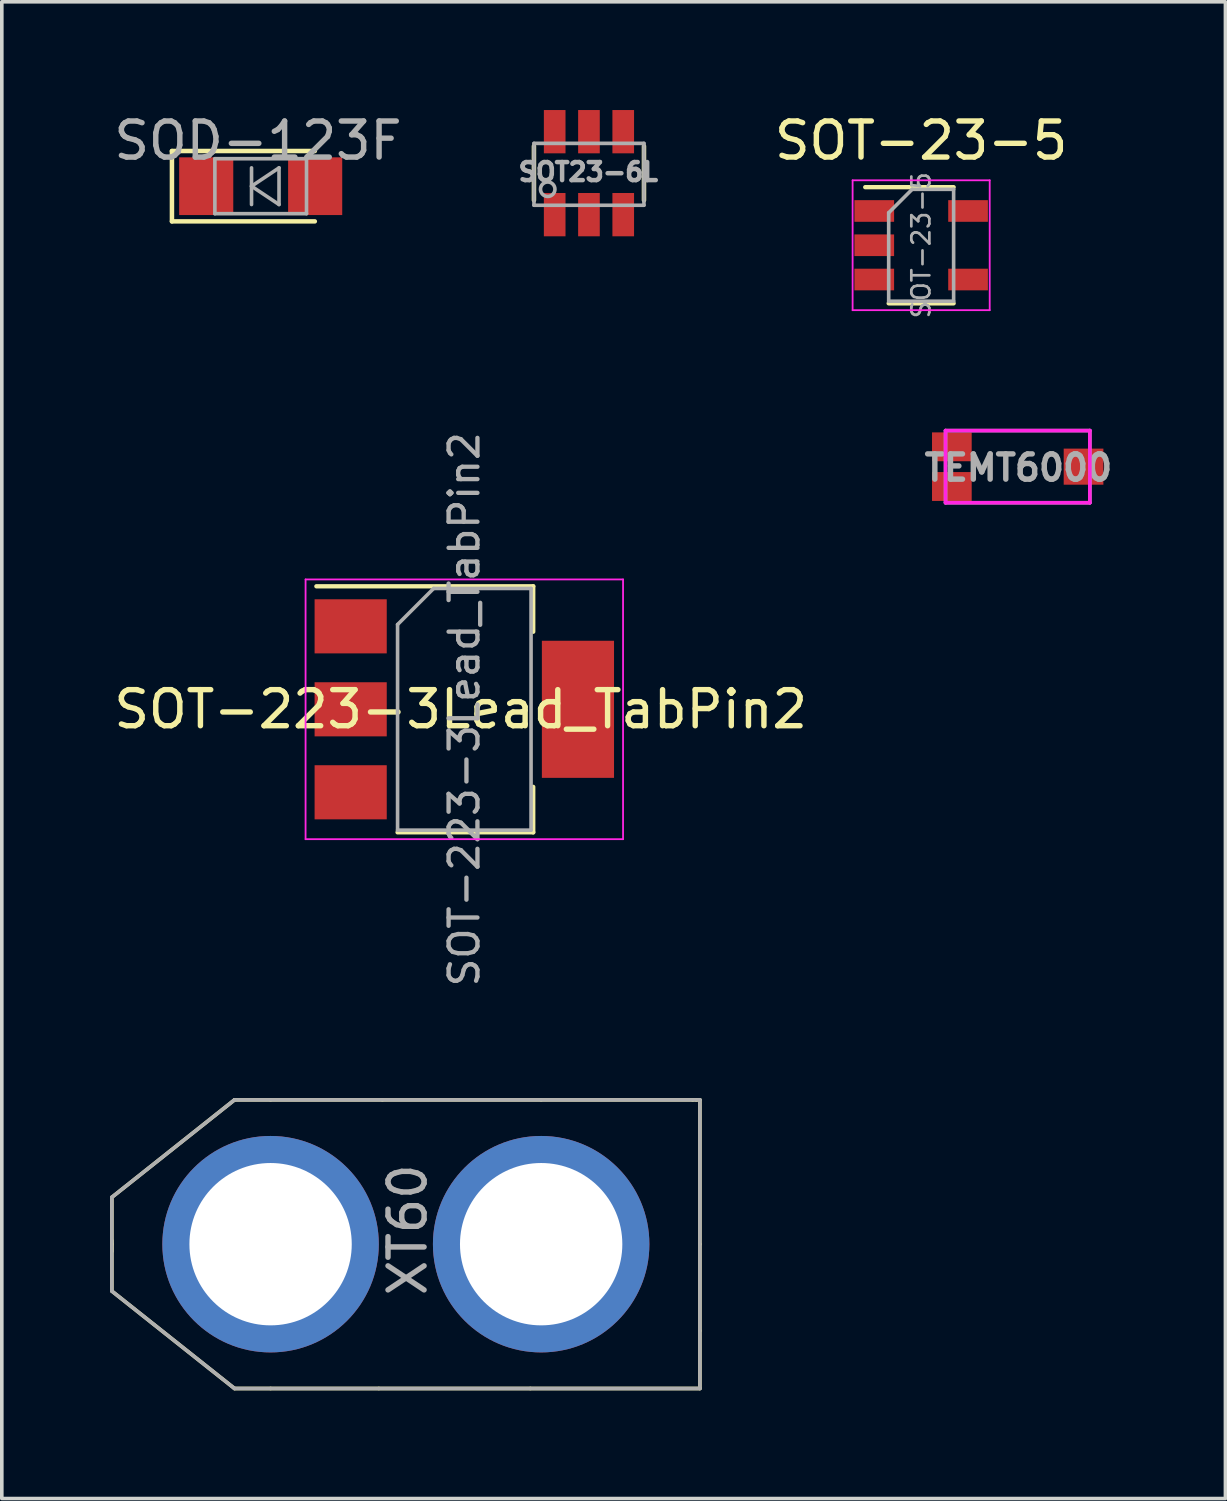
<source format=kicad_pcb>
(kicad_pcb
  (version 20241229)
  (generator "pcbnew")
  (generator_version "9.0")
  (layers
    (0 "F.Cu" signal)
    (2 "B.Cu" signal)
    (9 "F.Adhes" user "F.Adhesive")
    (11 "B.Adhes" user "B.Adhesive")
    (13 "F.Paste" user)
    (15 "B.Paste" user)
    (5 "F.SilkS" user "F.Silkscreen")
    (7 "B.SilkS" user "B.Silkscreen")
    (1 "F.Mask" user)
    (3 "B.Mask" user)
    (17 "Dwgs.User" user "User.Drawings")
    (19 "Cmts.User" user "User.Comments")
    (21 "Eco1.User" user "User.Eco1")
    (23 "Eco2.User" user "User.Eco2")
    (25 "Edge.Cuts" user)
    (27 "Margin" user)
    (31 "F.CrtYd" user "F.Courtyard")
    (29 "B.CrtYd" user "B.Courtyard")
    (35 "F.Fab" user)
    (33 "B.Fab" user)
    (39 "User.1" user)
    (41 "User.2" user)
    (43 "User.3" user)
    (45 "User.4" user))
  (footprint "SOD-123F"
    (layer "F.Cu")
    (at 4.176 2.111)
    (property "Reference" "SOD-123F" (at -0.075 -1.262 0) (layer "F.Fab") (effects (font (size 1 1) (thickness 0.15))))
    (attr through_hole)
    (fp_line (start -2.46 -0.975) (end -2.46 0.975) (stroke (width 0.125) (type solid)) (layer "F.SilkS"))
    (fp_line (start -2.46 -0.975) (end 1.5 -0.975) (stroke (width 0.125) (type solid)) (layer "F.SilkS"))
    (fp_line (start 1.5 0.975) (end -2.46 0.975) (stroke (width 0.125) (type solid)) (layer "F.SilkS"))
    (fp_line (start -1.27 -0.762) (end 1.27 -0.762) (stroke (width 0.1) (type solid)) (layer "F.Fab"))
    (fp_line (start -1.27 0.762) (end -1.27 -0.762) (stroke (width 0.1) (type solid)) (layer "F.Fab"))
    (fp_line (start -0.254 -0.508) (end -0.254 0.508) (stroke (width 0.1) (type solid)) (layer "F.Fab"))
    (fp_line (start -0.254 0) (end 0.508 -0.508) (stroke (width 0.1) (type solid)) (layer "F.Fab"))
    (fp_line (start 0.508 -0.508) (end 0.508 0.508) (stroke (width 0.1) (type solid)) (layer "F.Fab"))
    (fp_line (start 0.508 0.508) (end -0.254 0) (stroke (width 0.1) (type solid)) (layer "F.Fab"))
    (fp_line (start 1.27 -0.762) (end 1.27 0.762) (stroke (width 0.1) (type solid)) (layer "F.Fab"))
    (fp_line (start 1.27 0.762) (end -1.27 0.762) (stroke (width 0.1) (type solid)) (layer "F.Fab"))
    (pad "1" smd rect (at -1.51 0) (size 1.5 1.6) (layers "F.Cu" "F.Mask" "F.Paste"))
    (pad "2" smd rect (at 1.51 0 180) (size 1.5 1.6) (layers "F.Cu" "F.Mask" "F.Paste")))
  (footprint "TEMT6000"
    (layer "F.Cu")
    (at 25.159 9.885)
    (property "Reference" "TEMT6000" (at 0.02 0.03 0) (layer "F.Fab") (effects (font (size 0.7 0.7) (thickness 0.15))))
    (attr through_hole)
    (fp_line (start -2 -1) (end 2 -1) (stroke (width 0.1) (type solid)) (layer "F.CrtYd"))
    (fp_line (start -2 1) (end -2 -1) (stroke (width 0.1) (type solid)) (layer "F.CrtYd"))
    (fp_line (start 2 -1) (end 2 1) (stroke (width 0.1) (type solid)) (layer "F.CrtYd"))
    (fp_line (start 2 1) (end -2 1) (stroke (width 0.1) (type solid)) (layer "F.CrtYd"))
    (fp_line (start -2 -1) (end 2 -1) (stroke (width 0.1) (type solid)) (layer "F.Fab"))
    (fp_line (start -2 1) (end -2 -1) (stroke (width 0.1) (type solid)) (layer "F.Fab"))
    (fp_line (start 2 -1) (end 2 1) (stroke (width 0.1) (type solid)) (layer "F.Fab"))
    (fp_line (start 2 1) (end -2 1) (stroke (width 0.1) (type solid)) (layer "F.Fab"))
    (pad "1" smd rect (at 1.825 0) (size 1.1 1) (layers "F.Cu" "F.Mask" "F.Paste"))
    (pad "2" smd rect (at -1.825 -0.55) (size 1.1 0.8) (layers "F.Cu" "F.Mask" "F.Paste"))
    (pad "2" smd rect (at -1.825 0.55) (size 1.1 0.8) (layers "F.Cu" "F.Mask" "F.Paste")))
  (footprint "XT60"
    (layer "F.Cu")
    (at 4.45 31.437)
    (property "Reference" "XT60" (at 3.8 -0.4 90) (layer "F.Fab") (effects (font (size 1 1) (thickness 0.15))))
    (attr through_hole)
    (fp_line (start -4.4 -0.1) (end -4.4 0.2) (stroke (width 0.1) (type solid)) (layer "F.SilkS"))
    (fp_line (start -4.4 0) (end -4.4 -1.25) (stroke (width 0.1) (type solid)) (layer "F.SilkS"))
    (fp_line (start -4.4 0) (end -4.4 1.25) (stroke (width 0.1) (type solid)) (layer "F.SilkS"))
    (fp_line (start -1 -4) (end -4.4 -1.3) (stroke (width 0.1) (type solid)) (layer "F.SilkS"))
    (fp_line (start -1 4) (end -4.4 1.3) (stroke (width 0.1) (type solid)) (layer "F.SilkS"))
    (fp_line (start 0 -4) (end -1 -4) (stroke (width 0.1) (type solid)) (layer "F.SilkS"))
    (fp_line (start 0 4) (end -1 4) (stroke (width 0.1) (type solid)) (layer "F.SilkS"))
    (fp_line (start 3 4) (end 0 4) (stroke (width 0.1) (type solid)) (layer "F.SilkS"))
    (fp_line (start 3.1 -4) (end 0 -4) (stroke (width 0.1) (type solid)) (layer "F.SilkS"))
    (fp_line (start 7.2 4) (end 3 4) (stroke (width 0.1) (type solid)) (layer "F.SilkS"))
    (fp_line (start 7.2 4) (end 11.9 4) (stroke (width 0.1) (type solid)) (layer "F.SilkS"))
    (fp_line (start 7.5 -4) (end 3.1 -4) (stroke (width 0.1) (type solid)) (layer "F.SilkS"))
    (fp_line (start 7.5 -4) (end 11.7 -4) (stroke (width 0.1) (type solid)) (layer "F.SilkS"))
    (fp_line (start 11.7 -4) (end 11.8 -4) (stroke (width 0.1) (type solid)) (layer "F.SilkS"))
    (fp_line (start 11.8 -4) (end 11.9 -4) (stroke (width 0.1) (type solid)) (layer "F.SilkS"))
    (fp_line (start 11.9 -4) (end 11.9 0) (stroke (width 0.1) (type solid)) (layer "F.SilkS"))
    (fp_line (start 11.9 0) (end 11.9 2.4) (stroke (width 0.1) (type solid)) (layer "F.SilkS"))
    (fp_line (start 11.9 4) (end 11.9 2.4) (stroke (width 0.1) (type solid)) (layer "F.SilkS"))
    (fp_line (start -4.4 -1.3) (end -4.4 1.3) (stroke (width 0.1) (type solid)) (layer "F.Fab"))
    (fp_line (start -4.4 1.3) (end -1 4) (stroke (width 0.1) (type solid)) (layer "F.Fab"))
    (fp_line (start -1 -4) (end -4.4 -1.3) (stroke (width 0.1) (type solid)) (layer "F.Fab"))
    (fp_line (start -1 4) (end 11.9 4) (stroke (width 0.1) (type solid)) (layer "F.Fab"))
    (fp_line (start 11.9 -4) (end -1 -4) (stroke (width 0.1) (type solid)) (layer "F.Fab"))
    (fp_line (start 11.9 4) (end 11.9 -4) (stroke (width 0.1) (type solid)) (layer "F.Fab"))
    (pad "1" thru_hole circle (at 7.5 0) (size 6 6) (drill 4.5) (layers "*.Cu" "*.Mask"))
    (pad "2" thru_hole circle (at 0 0) (size 6 6) (drill 4.5) (layers "*.Cu" "*.Mask")))
  (footprint "SOT-23-5"
    (layer "F.Cu")
    (at 22.483 3.748)
    (property "Reference" "SOT-23-5" (at 0 -2.9 0) (layer "F.SilkS") (effects (font (size 1 1) (thickness 0.15))))
    (attr smd)
    (fp_line (start -0.9 1.61) (end 0.9 1.61) (stroke (width 0.12) (type solid)) (layer "F.SilkS"))
    (fp_line (start 0.9 -1.61) (end -1.55 -1.61) (stroke (width 0.12) (type solid)) (layer "F.SilkS"))
    (fp_line (start -1.9 -1.8) (end 1.9 -1.8) (stroke (width 0.05) (type solid)) (layer "F.CrtYd"))
    (fp_line (start -1.9 1.8) (end -1.9 -1.8) (stroke (width 0.05) (type solid)) (layer "F.CrtYd"))
    (fp_line (start 1.9 -1.8) (end 1.9 1.8) (stroke (width 0.05) (type solid)) (layer "F.CrtYd"))
    (fp_line (start 1.9 1.8) (end -1.9 1.8) (stroke (width 0.05) (type solid)) (layer "F.CrtYd"))
    (fp_line (start -0.9 -0.9) (end -0.9 1.55) (stroke (width 0.1) (type solid)) (layer "F.Fab"))
    (fp_line (start -0.9 -0.9) (end -0.25 -1.55) (stroke (width 0.1) (type solid)) (layer "F.Fab"))
    (fp_line (start 0.9 -1.55) (end -0.25 -1.55) (stroke (width 0.1) (type solid)) (layer "F.Fab"))
    (fp_line (start 0.9 -1.55) (end 0.9 1.55) (stroke (width 0.1) (type solid)) (layer "F.Fab"))
    (fp_line (start 0.9 1.55) (end -0.9 1.55) (stroke (width 0.1) (type solid)) (layer "F.Fab"))
    (fp_text user "${REFERENCE}" (at 0 0 90) (layer "F.Fab") (effects (font (size 0.5 0.5) (thickness 0.075))))
    (pad "1" smd rect (at -1.3 -0.95) (size 1.1 0.6) (layers "F.Cu" "F.Mask" "F.Paste"))
    (pad "2" smd rect (at -1.3 0) (size 1.1 0.6) (layers "F.Cu" "F.Mask" "F.Paste"))
    (pad "3" smd rect (at -1.3 0.95) (size 1.1 0.6) (layers "F.Cu" "F.Mask" "F.Paste"))
    (pad "4" smd rect (at 1.3 0.95) (size 1.1 0.6) (layers "F.Cu" "F.Mask" "F.Paste"))
    (pad "5" smd rect (at 1.3 -0.95) (size 1.1 0.6) (layers "F.Cu" "F.Mask" "F.Paste")))
  (footprint "SOT23-6L"
    (layer "F.Cu")
    (at 13.275 1.75)
    (property "Reference" "SOT23-6L" (at -0.018 -0.033 0) (layer "F.Fab") (effects (font (size 0.5 0.5) (thickness 0.125))))
    (attr through_hole)
    (fp_line (start -1.525 0.75) (end -1.525 -0.75) (stroke (width 0.125) (type solid)) (layer "F.SilkS"))
    (fp_line (start 1.525 -0.75) (end 1.525 0.75) (stroke (width 0.125) (type solid)) (layer "F.SilkS"))
    (fp_line (start -1.524 -0.826) (end -1.524 0.889) (stroke (width 0.1) (type solid)) (layer "F.Fab"))
    (fp_line (start -1.524 0.889) (end 1.524 0.889) (stroke (width 0.1) (type solid)) (layer "F.Fab"))
    (fp_line (start 1.524 -0.826) (end -1.524 -0.826) (stroke (width 0.1) (type solid)) (layer "F.Fab"))
    (fp_line (start 1.524 0.889) (end 1.524 -0.826) (stroke (width 0.1) (type solid)) (layer "F.Fab"))
    (fp_circle (center -1.143 0.445) (end -0.953 0.508) (stroke (width 0.1) (type solid)) (fill no) (layer "F.Fab"))
    (pad "1" smd rect (at -0.95 1.15) (size 0.6 1.2) (layers "F.Cu" "F.Mask" "F.Paste"))
    (pad "2" smd rect (at 0 1.15) (size 0.6 1.2) (layers "F.Cu" "F.Mask" "F.Paste"))
    (pad "3" smd rect (at 0.95 1.15) (size 0.6 1.2) (layers "F.Cu" "F.Mask" "F.Paste"))
    (pad "4" smd rect (at 0.95 -1.15 180) (size 0.6 1.2) (layers "F.Cu" "F.Mask" "F.Paste"))
    (pad "5" smd rect (at 0 -1.15 180) (size 0.6 1.2) (layers "F.Cu" "F.Mask" "F.Paste"))
    (pad "6" smd rect (at -0.95 -1.15 180) (size 0.6 1.2) (layers "F.Cu" "F.Mask" "F.Paste")))
  (footprint "SOT-223-3Lead_TabPin2"
    (layer "F.Cu")
    (at 9.82 16.611)
    (property "Reference" "SOT-223-3Lead_TabPin2" (at -0.1 0 0) (layer "F.SilkS") (effects (font (size 1 1) (thickness 0.15))))
    (attr smd)
    (fp_line (start -4.1 -3.41) (end 1.91 -3.41) (stroke (width 0.12) (type solid)) (layer "F.SilkS"))
    (fp_line (start -1.85 3.41) (end 1.91 3.41) (stroke (width 0.12) (type solid)) (layer "F.SilkS"))
    (fp_line (start 1.91 -3.41) (end 1.91 -2.15) (stroke (width 0.12) (type solid)) (layer "F.SilkS"))
    (fp_line (start 1.91 3.41) (end 1.91 2.15) (stroke (width 0.12) (type solid)) (layer "F.SilkS"))
    (fp_line (start -4.4 -3.6) (end -4.4 3.6) (stroke (width 0.05) (type solid)) (layer "F.CrtYd"))
    (fp_line (start -4.4 3.6) (end 4.4 3.6) (stroke (width 0.05) (type solid)) (layer "F.CrtYd"))
    (fp_line (start 4.4 -3.6) (end -4.4 -3.6) (stroke (width 0.05) (type solid)) (layer "F.CrtYd"))
    (fp_line (start 4.4 3.6) (end 4.4 -3.6) (stroke (width 0.05) (type solid)) (layer "F.CrtYd"))
    (fp_line (start -1.85 -2.35) (end -1.85 3.35) (stroke (width 0.1) (type solid)) (layer "F.Fab"))
    (fp_line (start -1.85 -2.35) (end -0.85 -3.35) (stroke (width 0.1) (type solid)) (layer "F.Fab"))
    (fp_line (start -1.85 3.35) (end 1.85 3.35) (stroke (width 0.1) (type solid)) (layer "F.Fab"))
    (fp_line (start -0.85 -3.35) (end 1.85 -3.35) (stroke (width 0.1) (type solid)) (layer "F.Fab"))
    (fp_line (start 1.85 -3.35) (end 1.85 3.35) (stroke (width 0.1) (type solid)) (layer "F.Fab"))
    (fp_text user "${REFERENCE}" (at 0 0 90) (layer "F.Fab") (effects (font (size 0.8 0.8) (thickness 0.12))))
    (pad "1" smd rect (at -3.15 -2.3) (size 2 1.5) (layers "F.Cu" "F.Mask" "F.Paste"))
    (pad "2" smd rect (at -3.15 0) (size 2 1.5) (layers "F.Cu" "F.Mask" "F.Paste"))
    (pad "2" smd rect (at 3.15 0) (size 2 3.8) (layers "F.Cu" "F.Mask" "F.Paste"))
    (pad "3" smd rect (at -3.15 2.3) (size 2 1.5) (layers "F.Cu" "F.Mask" "F.Paste")))
  (gr_rect
    (start -3 -3)
    (end 30.917 38.487)
    (stroke (width 0.1) (type default))
    (fill no)
    (layer "Edge.Cuts")))
</source>
